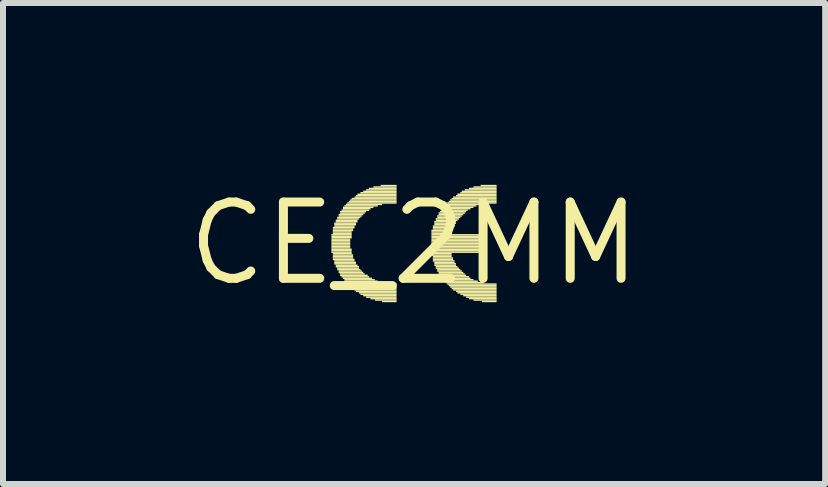
<source format=kicad_pcb>
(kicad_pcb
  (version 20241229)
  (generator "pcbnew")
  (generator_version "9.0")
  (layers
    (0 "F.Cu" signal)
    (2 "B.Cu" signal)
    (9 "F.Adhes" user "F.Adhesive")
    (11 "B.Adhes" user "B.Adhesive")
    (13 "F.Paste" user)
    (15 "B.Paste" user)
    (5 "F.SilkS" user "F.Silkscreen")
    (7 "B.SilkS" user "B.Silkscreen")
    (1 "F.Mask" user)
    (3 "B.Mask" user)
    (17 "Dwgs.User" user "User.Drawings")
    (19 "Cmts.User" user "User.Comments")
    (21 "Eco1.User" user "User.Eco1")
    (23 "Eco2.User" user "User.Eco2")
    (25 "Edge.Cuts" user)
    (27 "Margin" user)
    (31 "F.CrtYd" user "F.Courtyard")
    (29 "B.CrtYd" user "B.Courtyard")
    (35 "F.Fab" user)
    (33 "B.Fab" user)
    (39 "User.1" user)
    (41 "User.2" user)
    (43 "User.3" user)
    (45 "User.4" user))
  (footprint "CE_2MM"
    (layer "F.Cu")
    (at 3.848 1.006)
    (property "Reference" "CE_2MM" (at 0 0 0) (layer "F.SilkS") (effects (font (size 1.27 1.27) (thickness 0.15))))
    (attr through_hole)
    (fp_poly (pts (xy -1.378 -0.132) (xy -1.04 -0.132) (xy -1.04 -0.157) (xy -1.378 -0.157)) (stroke (width 0) (type solid)) (fill yes) (layer "F.SilkS"))
    (fp_poly (pts (xy -1.378 -0.108) (xy -1.04 -0.108) (xy -1.04 -0.132) (xy -1.378 -0.132)) (stroke (width 0) (type solid)) (fill yes) (layer "F.SilkS"))
    (fp_poly (pts (xy -1.378 -0.084) (xy -1.04 -0.084) (xy -1.04 -0.108) (xy -1.378 -0.108)) (stroke (width 0) (type solid)) (fill yes) (layer "F.SilkS"))
    (fp_poly (pts (xy -1.378 -0.06) (xy -1.064 -0.06) (xy -1.064 -0.084) (xy -1.378 -0.084)) (stroke (width 0) (type solid)) (fill yes) (layer "F.SilkS"))
    (fp_poly (pts (xy -1.378 -0.036) (xy -1.064 -0.036) (xy -1.064 -0.06) (xy -1.378 -0.06)) (stroke (width 0) (type solid)) (fill yes) (layer "F.SilkS"))
    (fp_poly (pts (xy -1.378 -0.012) (xy -1.064 -0.012) (xy -1.064 -0.036) (xy -1.378 -0.036)) (stroke (width 0) (type solid)) (fill yes) (layer "F.SilkS"))
    (fp_poly (pts (xy -1.378 0.012) (xy -1.064 0.012) (xy -1.064 -0.012) (xy -1.378 -0.012)) (stroke (width 0) (type solid)) (fill yes) (layer "F.SilkS"))
    (fp_poly (pts (xy -1.378 0.037) (xy -1.064 0.037) (xy -1.064 0.012) (xy -1.378 0.012)) (stroke (width 0) (type solid)) (fill yes) (layer "F.SilkS"))
    (fp_poly (pts (xy -1.378 0.061) (xy -1.064 0.061) (xy -1.064 0.037) (xy -1.378 0.037)) (stroke (width 0) (type solid)) (fill yes) (layer "F.SilkS"))
    (fp_poly (pts (xy -1.378 0.085) (xy -1.064 0.085) (xy -1.064 0.061) (xy -1.378 0.061)) (stroke (width 0) (type solid)) (fill yes) (layer "F.SilkS"))
    (fp_poly (pts (xy -1.378 0.109) (xy -1.04 0.109) (xy -1.04 0.085) (xy -1.378 0.085)) (stroke (width 0) (type solid)) (fill yes) (layer "F.SilkS"))
    (fp_poly (pts (xy -1.378 0.133) (xy -1.04 0.133) (xy -1.04 0.109) (xy -1.378 0.109)) (stroke (width 0) (type solid)) (fill yes) (layer "F.SilkS"))
    (fp_poly (pts (xy -1.378 0.157) (xy -1.04 0.157) (xy -1.04 0.133) (xy -1.378 0.133)) (stroke (width 0) (type solid)) (fill yes) (layer "F.SilkS"))
    (fp_poly (pts (xy -1.354 -0.253) (xy -0.992 -0.253) (xy -0.992 -0.277) (xy -1.354 -0.277)) (stroke (width 0) (type solid)) (fill yes) (layer "F.SilkS"))
    (fp_poly (pts (xy -1.354 -0.229) (xy -1.016 -0.229) (xy -1.016 -0.253) (xy -1.354 -0.253)) (stroke (width 0) (type solid)) (fill yes) (layer "F.SilkS"))
    (fp_poly (pts (xy -1.354 -0.205) (xy -1.016 -0.205) (xy -1.016 -0.229) (xy -1.354 -0.229)) (stroke (width 0) (type solid)) (fill yes) (layer "F.SilkS"))
    (fp_poly (pts (xy -1.354 -0.181) (xy -1.04 -0.181) (xy -1.04 -0.205) (xy -1.354 -0.205)) (stroke (width 0) (type solid)) (fill yes) (layer "F.SilkS"))
    (fp_poly (pts (xy -1.354 -0.157) (xy -1.04 -0.157) (xy -1.04 -0.181) (xy -1.354 -0.181)) (stroke (width 0) (type solid)) (fill yes) (layer "F.SilkS"))
    (fp_poly (pts (xy -1.354 0.181) (xy -1.04 0.181) (xy -1.04 0.157) (xy -1.354 0.157)) (stroke (width 0) (type solid)) (fill yes) (layer "F.SilkS"))
    (fp_poly (pts (xy -1.354 0.206) (xy -1.016 0.206) (xy -1.016 0.181) (xy -1.354 0.181)) (stroke (width 0) (type solid)) (fill yes) (layer "F.SilkS"))
    (fp_poly (pts (xy -1.354 0.23) (xy -1.016 0.23) (xy -1.016 0.206) (xy -1.354 0.206)) (stroke (width 0) (type solid)) (fill yes) (layer "F.SilkS"))
    (fp_poly (pts (xy -1.354 0.254) (xy -1.016 0.254) (xy -1.016 0.23) (xy -1.354 0.23)) (stroke (width 0) (type solid)) (fill yes) (layer "F.SilkS"))
    (fp_poly (pts (xy -1.354 0.278) (xy -0.992 0.278) (xy -0.992 0.254) (xy -1.354 0.254)) (stroke (width 0) (type solid)) (fill yes) (layer "F.SilkS"))
    (fp_poly (pts (xy -1.33 -0.326) (xy -0.968 -0.326) (xy -0.968 -0.35) (xy -1.33 -0.35)) (stroke (width 0) (type solid)) (fill yes) (layer "F.SilkS"))
    (fp_poly (pts (xy -1.33 -0.301) (xy -0.968 -0.301) (xy -0.968 -0.326) (xy -1.33 -0.326)) (stroke (width 0) (type solid)) (fill yes) (layer "F.SilkS"))
    (fp_poly (pts (xy -1.33 -0.277) (xy -0.992 -0.277) (xy -0.992 -0.301) (xy -1.33 -0.301)) (stroke (width 0) (type solid)) (fill yes) (layer "F.SilkS"))
    (fp_poly (pts (xy -1.33 0.302) (xy -0.992 0.302) (xy -0.992 0.278) (xy -1.33 0.278)) (stroke (width 0) (type solid)) (fill yes) (layer "F.SilkS"))
    (fp_poly (pts (xy -1.33 0.326) (xy -0.968 0.326) (xy -0.968 0.302) (xy -1.33 0.302)) (stroke (width 0) (type solid)) (fill yes) (layer "F.SilkS"))
    (fp_poly (pts (xy -1.33 0.35) (xy -0.968 0.35) (xy -0.968 0.326) (xy -1.33 0.326)) (stroke (width 0) (type solid)) (fill yes) (layer "F.SilkS"))
    (fp_poly (pts (xy -1.306 -0.374) (xy -0.943 -0.374) (xy -0.943 -0.398) (xy -1.306 -0.398)) (stroke (width 0) (type solid)) (fill yes) (layer "F.SilkS"))
    (fp_poly (pts (xy -1.306 -0.35) (xy -0.943 -0.35) (xy -0.943 -0.374) (xy -1.306 -0.374)) (stroke (width 0) (type solid)) (fill yes) (layer "F.SilkS"))
    (fp_poly (pts (xy -1.306 0.374) (xy -0.943 0.374) (xy -0.943 0.35) (xy -1.306 0.35)) (stroke (width 0) (type solid)) (fill yes) (layer "F.SilkS"))
    (fp_poly (pts (xy -1.306 0.399) (xy -0.919 0.399) (xy -0.919 0.374) (xy -1.306 0.374)) (stroke (width 0) (type solid)) (fill yes) (layer "F.SilkS"))
    (fp_poly (pts (xy -1.281 -0.422) (xy -0.895 -0.422) (xy -0.895 -0.446) (xy -1.281 -0.446)) (stroke (width 0) (type solid)) (fill yes) (layer "F.SilkS"))
    (fp_poly (pts (xy -1.281 -0.398) (xy -0.919 -0.398) (xy -0.919 -0.422) (xy -1.281 -0.422)) (stroke (width 0) (type solid)) (fill yes) (layer "F.SilkS"))
    (fp_poly (pts (xy -1.281 0.423) (xy -0.919 0.423) (xy -0.919 0.399) (xy -1.281 0.399)) (stroke (width 0) (type solid)) (fill yes) (layer "F.SilkS"))
    (fp_poly (pts (xy -1.281 0.447) (xy -0.895 0.447) (xy -0.895 0.423) (xy -1.281 0.423)) (stroke (width 0) (type solid)) (fill yes) (layer "F.SilkS"))
    (fp_poly (pts (xy -1.257 -0.47) (xy -0.847 -0.47) (xy -0.847 -0.494) (xy -1.257 -0.494)) (stroke (width 0) (type solid)) (fill yes) (layer "F.SilkS"))
    (fp_poly (pts (xy -1.257 -0.446) (xy -0.871 -0.446) (xy -0.871 -0.47) (xy -1.257 -0.47)) (stroke (width 0) (type solid)) (fill yes) (layer "F.SilkS"))
    (fp_poly (pts (xy -1.257 0.471) (xy -0.871 0.471) (xy -0.871 0.447) (xy -1.257 0.447)) (stroke (width 0) (type solid)) (fill yes) (layer "F.SilkS"))
    (fp_poly (pts (xy -1.257 0.495) (xy -0.847 0.495) (xy -0.847 0.471) (xy -1.257 0.471)) (stroke (width 0) (type solid)) (fill yes) (layer "F.SilkS"))
    (fp_poly (pts (xy -1.233 -0.519) (xy -0.799 -0.519) (xy -0.799 -0.543) (xy -1.233 -0.543)) (stroke (width 0) (type solid)) (fill yes) (layer "F.SilkS"))
    (fp_poly (pts (xy -1.233 -0.494) (xy -0.823 -0.494) (xy -0.823 -0.519) (xy -1.233 -0.519)) (stroke (width 0) (type solid)) (fill yes) (layer "F.SilkS"))
    (fp_poly (pts (xy -1.233 0.519) (xy -0.823 0.519) (xy -0.823 0.495) (xy -1.233 0.495)) (stroke (width 0) (type solid)) (fill yes) (layer "F.SilkS"))
    (fp_poly (pts (xy -1.233 0.543) (xy -0.774 0.543) (xy -0.774 0.519) (xy -1.233 0.519)) (stroke (width 0) (type solid)) (fill yes) (layer "F.SilkS"))
    (fp_poly (pts (xy -1.209 -0.543) (xy -0.75 -0.543) (xy -0.75 -0.567) (xy -1.209 -0.567)) (stroke (width 0) (type solid)) (fill yes) (layer "F.SilkS"))
    (fp_poly (pts (xy -1.209 0.568) (xy -0.75 0.568) (xy -0.75 0.543) (xy -1.209 0.543)) (stroke (width 0) (type solid)) (fill yes) (layer "F.SilkS"))
    (fp_poly (pts (xy -1.185 -0.591) (xy -0.678 -0.591) (xy -0.678 -0.615) (xy -1.185 -0.615)) (stroke (width 0) (type solid)) (fill yes) (layer "F.SilkS"))
    (fp_poly (pts (xy -1.185 -0.567) (xy -0.726 -0.567) (xy -0.726 -0.591) (xy -1.185 -0.591)) (stroke (width 0) (type solid)) (fill yes) (layer "F.SilkS"))
    (fp_poly (pts (xy -1.185 0.592) (xy -0.702 0.592) (xy -0.702 0.568) (xy -1.185 0.568)) (stroke (width 0) (type solid)) (fill yes) (layer "F.SilkS"))
    (fp_poly (pts (xy -1.161 -0.615) (xy -0.606 -0.615) (xy -0.606 -0.639) (xy -1.161 -0.639)) (stroke (width 0) (type solid)) (fill yes) (layer "F.SilkS"))
    (fp_poly (pts (xy -1.161 0.616) (xy -0.654 0.616) (xy -0.654 0.592) (xy -1.161 0.592)) (stroke (width 0) (type solid)) (fill yes) (layer "F.SilkS"))
    (fp_poly (pts (xy -1.161 0.64) (xy -0.606 0.64) (xy -0.606 0.616) (xy -1.161 0.616)) (stroke (width 0) (type solid)) (fill yes) (layer "F.SilkS"))
    (fp_poly (pts (xy -1.137 -0.639) (xy -0.533 -0.639) (xy -0.533 -0.663) (xy -1.137 -0.663)) (stroke (width 0) (type solid)) (fill yes) (layer "F.SilkS"))
    (fp_poly (pts (xy -1.137 0.664) (xy -0.509 0.664) (xy -0.509 0.64) (xy -1.137 0.64)) (stroke (width 0) (type solid)) (fill yes) (layer "F.SilkS"))
    (fp_poly (pts (xy -1.112 -0.663) (xy -0.292 -0.663) (xy -0.292 -0.688) (xy -1.112 -0.688)) (stroke (width 0) (type solid)) (fill yes) (layer "F.SilkS"))
    (fp_poly (pts (xy -1.112 0.688) (xy -0.292 0.688) (xy -0.292 0.664) (xy -1.112 0.664)) (stroke (width 0) (type solid)) (fill yes) (layer "F.SilkS"))
    (fp_poly (pts (xy -1.088 -0.688) (xy -0.292 -0.688) (xy -0.292 -0.712) (xy -1.088 -0.712)) (stroke (width 0) (type solid)) (fill yes) (layer "F.SilkS"))
    (fp_poly (pts (xy -1.088 0.712) (xy -0.292 0.712) (xy -0.292 0.688) (xy -1.088 0.688)) (stroke (width 0) (type solid)) (fill yes) (layer "F.SilkS"))
    (fp_poly (pts (xy -1.064 -0.712) (xy -0.292 -0.712) (xy -0.292 -0.736) (xy -1.064 -0.736)) (stroke (width 0) (type solid)) (fill yes) (layer "F.SilkS"))
    (fp_poly (pts (xy -1.064 0.737) (xy -0.292 0.737) (xy -0.292 0.712) (xy -1.064 0.712)) (stroke (width 0) (type solid)) (fill yes) (layer "F.SilkS"))
    (fp_poly (pts (xy -1.04 -0.736) (xy -0.292 -0.736) (xy -0.292 -0.76) (xy -1.04 -0.76)) (stroke (width 0) (type solid)) (fill yes) (layer "F.SilkS"))
    (fp_poly (pts (xy -1.016 0.761) (xy -0.292 0.761) (xy -0.292 0.737) (xy -1.016 0.737)) (stroke (width 0) (type solid)) (fill yes) (layer "F.SilkS"))
    (fp_poly (pts (xy -0.992 -0.76) (xy -0.292 -0.76) (xy -0.292 -0.784) (xy -0.992 -0.784)) (stroke (width 0) (type solid)) (fill yes) (layer "F.SilkS"))
    (fp_poly (pts (xy -0.992 0.785) (xy -0.292 0.785) (xy -0.292 0.761) (xy -0.992 0.761)) (stroke (width 0) (type solid)) (fill yes) (layer "F.SilkS"))
    (fp_poly (pts (xy -0.968 -0.784) (xy -0.292 -0.784) (xy -0.292 -0.808) (xy -0.968 -0.808)) (stroke (width 0) (type solid)) (fill yes) (layer "F.SilkS"))
    (fp_poly (pts (xy -0.968 0.809) (xy -0.292 0.809) (xy -0.292 0.785) (xy -0.968 0.785)) (stroke (width 0) (type solid)) (fill yes) (layer "F.SilkS"))
    (fp_poly (pts (xy -0.943 -0.808) (xy -0.292 -0.808) (xy -0.292 -0.832) (xy -0.943 -0.832)) (stroke (width 0) (type solid)) (fill yes) (layer "F.SilkS"))
    (fp_poly (pts (xy -0.919 0.833) (xy -0.292 0.833) (xy -0.292 0.809) (xy -0.919 0.809)) (stroke (width 0) (type solid)) (fill yes) (layer "F.SilkS"))
    (fp_poly (pts (xy -0.895 -0.832) (xy -0.292 -0.832) (xy -0.292 -0.857) (xy -0.895 -0.857)) (stroke (width 0) (type solid)) (fill yes) (layer "F.SilkS"))
    (fp_poly (pts (xy -0.895 0.857) (xy -0.292 0.857) (xy -0.292 0.833) (xy -0.895 0.833)) (stroke (width 0) (type solid)) (fill yes) (layer "F.SilkS"))
    (fp_poly (pts (xy -0.847 -0.857) (xy -0.292 -0.857) (xy -0.292 -0.881) (xy -0.847 -0.881)) (stroke (width 0) (type solid)) (fill yes) (layer "F.SilkS"))
    (fp_poly (pts (xy -0.847 0.881) (xy -0.292 0.881) (xy -0.292 0.857) (xy -0.847 0.857)) (stroke (width 0) (type solid)) (fill yes) (layer "F.SilkS"))
    (fp_poly (pts (xy -0.799 -0.881) (xy -0.292 -0.881) (xy -0.292 -0.905) (xy -0.799 -0.905)) (stroke (width 0) (type solid)) (fill yes) (layer "F.SilkS"))
    (fp_poly (pts (xy -0.799 0.906) (xy -0.292 0.906) (xy -0.292 0.881) (xy -0.799 0.881)) (stroke (width 0) (type solid)) (fill yes) (layer "F.SilkS"))
    (fp_poly (pts (xy -0.75 -0.905) (xy -0.292 -0.905) (xy -0.292 -0.929) (xy -0.75 -0.929)) (stroke (width 0) (type solid)) (fill yes) (layer "F.SilkS"))
    (fp_poly (pts (xy -0.726 0.93) (xy -0.292 0.93) (xy -0.292 0.906) (xy -0.726 0.906)) (stroke (width 0) (type solid)) (fill yes) (layer "F.SilkS"))
    (fp_poly (pts (xy -0.678 -0.929) (xy -0.292 -0.929) (xy -0.292 -0.953) (xy -0.678 -0.953)) (stroke (width 0) (type solid)) (fill yes) (layer "F.SilkS"))
    (fp_poly (pts (xy -0.654 0.954) (xy -0.292 0.954) (xy -0.292 0.93) (xy -0.654 0.93)) (stroke (width 0) (type solid)) (fill yes) (layer "F.SilkS"))
    (fp_poly (pts (xy -0.557 -0.953) (xy -0.292 -0.953) (xy -0.292 -0.977) (xy -0.557 -0.977)) (stroke (width 0) (type solid)) (fill yes) (layer "F.SilkS"))
    (fp_poly (pts (xy -0.533 0.978) (xy -0.292 0.978) (xy -0.292 0.954) (xy -0.533 0.954)) (stroke (width 0) (type solid)) (fill yes) (layer "F.SilkS"))
    (fp_poly (pts (xy 0.288 -0.205) (xy 0.625 -0.205) (xy 0.625 -0.229) (xy 0.288 -0.229)) (stroke (width 0) (type solid)) (fill yes) (layer "F.SilkS"))
    (fp_poly (pts (xy 0.288 -0.181) (xy 0.625 -0.181) (xy 0.625 -0.205) (xy 0.288 -0.205)) (stroke (width 0) (type solid)) (fill yes) (layer "F.SilkS"))
    (fp_poly (pts (xy 0.288 -0.157) (xy 0.625 -0.157) (xy 0.625 -0.181) (xy 0.288 -0.181)) (stroke (width 0) (type solid)) (fill yes) (layer "F.SilkS"))
    (fp_poly (pts (xy 0.288 -0.132) (xy 1.181 -0.132) (xy 1.181 -0.157) (xy 0.288 -0.157)) (stroke (width 0) (type solid)) (fill yes) (layer "F.SilkS"))
    (fp_poly (pts (xy 0.288 -0.108) (xy 1.181 -0.108) (xy 1.181 -0.132) (xy 0.288 -0.132)) (stroke (width 0) (type solid)) (fill yes) (layer "F.SilkS"))
    (fp_poly (pts (xy 0.288 -0.084) (xy 1.181 -0.084) (xy 1.181 -0.108) (xy 0.288 -0.108)) (stroke (width 0) (type solid)) (fill yes) (layer "F.SilkS"))
    (fp_poly (pts (xy 0.288 -0.06) (xy 1.181 -0.06) (xy 1.181 -0.084) (xy 0.288 -0.084)) (stroke (width 0) (type solid)) (fill yes) (layer "F.SilkS"))
    (fp_poly (pts (xy 0.288 -0.036) (xy 1.181 -0.036) (xy 1.181 -0.06) (xy 0.288 -0.06)) (stroke (width 0) (type solid)) (fill yes) (layer "F.SilkS"))
    (fp_poly (pts (xy 0.288 -0.012) (xy 1.181 -0.012) (xy 1.181 -0.036) (xy 0.288 -0.036)) (stroke (width 0) (type solid)) (fill yes) (layer "F.SilkS"))
    (fp_poly (pts (xy 0.288 0.012) (xy 1.181 0.012) (xy 1.181 -0.012) (xy 0.288 -0.012)) (stroke (width 0) (type solid)) (fill yes) (layer "F.SilkS"))
    (fp_poly (pts (xy 0.288 0.037) (xy 1.181 0.037) (xy 1.181 0.012) (xy 0.288 0.012)) (stroke (width 0) (type solid)) (fill yes) (layer "F.SilkS"))
    (fp_poly (pts (xy 0.288 0.061) (xy 1.181 0.061) (xy 1.181 0.037) (xy 0.288 0.037)) (stroke (width 0) (type solid)) (fill yes) (layer "F.SilkS"))
    (fp_poly (pts (xy 0.288 0.085) (xy 1.181 0.085) (xy 1.181 0.061) (xy 0.288 0.061)) (stroke (width 0) (type solid)) (fill yes) (layer "F.SilkS"))
    (fp_poly (pts (xy 0.288 0.109) (xy 1.181 0.109) (xy 1.181 0.085) (xy 0.288 0.085)) (stroke (width 0) (type solid)) (fill yes) (layer "F.SilkS"))
    (fp_poly (pts (xy 0.288 0.133) (xy 1.181 0.133) (xy 1.181 0.109) (xy 0.288 0.109)) (stroke (width 0) (type solid)) (fill yes) (layer "F.SilkS"))
    (fp_poly (pts (xy 0.288 0.157) (xy 1.181 0.157) (xy 1.181 0.133) (xy 0.288 0.133)) (stroke (width 0) (type solid)) (fill yes) (layer "F.SilkS"))
    (fp_poly (pts (xy 0.288 0.181) (xy 0.625 0.181) (xy 0.625 0.157) (xy 0.288 0.157)) (stroke (width 0) (type solid)) (fill yes) (layer "F.SilkS"))
    (fp_poly (pts (xy 0.288 0.206) (xy 0.625 0.206) (xy 0.625 0.181) (xy 0.288 0.181)) (stroke (width 0) (type solid)) (fill yes) (layer "F.SilkS"))
    (fp_poly (pts (xy 0.312 -0.277) (xy 0.674 -0.277) (xy 0.674 -0.301) (xy 0.312 -0.301)) (stroke (width 0) (type solid)) (fill yes) (layer "F.SilkS"))
    (fp_poly (pts (xy 0.312 -0.253) (xy 0.65 -0.253) (xy 0.65 -0.277) (xy 0.312 -0.277)) (stroke (width 0) (type solid)) (fill yes) (layer "F.SilkS"))
    (fp_poly (pts (xy 0.312 -0.229) (xy 0.65 -0.229) (xy 0.65 -0.253) (xy 0.312 -0.253)) (stroke (width 0) (type solid)) (fill yes) (layer "F.SilkS"))
    (fp_poly (pts (xy 0.312 0.23) (xy 0.625 0.23) (xy 0.625 0.206) (xy 0.312 0.206)) (stroke (width 0) (type solid)) (fill yes) (layer "F.SilkS"))
    (fp_poly (pts (xy 0.312 0.254) (xy 0.65 0.254) (xy 0.65 0.23) (xy 0.312 0.23)) (stroke (width 0) (type solid)) (fill yes) (layer "F.SilkS"))
    (fp_poly (pts (xy 0.312 0.278) (xy 0.65 0.278) (xy 0.65 0.254) (xy 0.312 0.254)) (stroke (width 0) (type solid)) (fill yes) (layer "F.SilkS"))
    (fp_poly (pts (xy 0.312 0.302) (xy 0.674 0.302) (xy 0.674 0.278) (xy 0.312 0.278)) (stroke (width 0) (type solid)) (fill yes) (layer "F.SilkS"))
    (fp_poly (pts (xy 0.336 -0.35) (xy 0.698 -0.35) (xy 0.698 -0.374) (xy 0.336 -0.374)) (stroke (width 0) (type solid)) (fill yes) (layer "F.SilkS"))
    (fp_poly (pts (xy 0.336 -0.326) (xy 0.698 -0.326) (xy 0.698 -0.35) (xy 0.336 -0.35)) (stroke (width 0) (type solid)) (fill yes) (layer "F.SilkS"))
    (fp_poly (pts (xy 0.336 -0.301) (xy 0.674 -0.301) (xy 0.674 -0.326) (xy 0.336 -0.326)) (stroke (width 0) (type solid)) (fill yes) (layer "F.SilkS"))
    (fp_poly (pts (xy 0.336 0.326) (xy 0.674 0.326) (xy 0.674 0.302) (xy 0.336 0.302)) (stroke (width 0) (type solid)) (fill yes) (layer "F.SilkS"))
    (fp_poly (pts (xy 0.336 0.35) (xy 0.698 0.35) (xy 0.698 0.326) (xy 0.336 0.326)) (stroke (width 0) (type solid)) (fill yes) (layer "F.SilkS"))
    (fp_poly (pts (xy 0.336 0.374) (xy 0.698 0.374) (xy 0.698 0.35) (xy 0.336 0.35)) (stroke (width 0) (type solid)) (fill yes) (layer "F.SilkS"))
    (fp_poly (pts (xy 0.36 -0.398) (xy 0.746 -0.398) (xy 0.746 -0.422) (xy 0.36 -0.422)) (stroke (width 0) (type solid)) (fill yes) (layer "F.SilkS"))
    (fp_poly (pts (xy 0.36 -0.374) (xy 0.722 -0.374) (xy 0.722 -0.398) (xy 0.36 -0.398)) (stroke (width 0) (type solid)) (fill yes) (layer "F.SilkS"))
    (fp_poly (pts (xy 0.36 0.399) (xy 0.722 0.399) (xy 0.722 0.374) (xy 0.36 0.374)) (stroke (width 0) (type solid)) (fill yes) (layer "F.SilkS"))
    (fp_poly (pts (xy 0.36 0.423) (xy 0.746 0.423) (xy 0.746 0.399) (xy 0.36 0.399)) (stroke (width 0) (type solid)) (fill yes) (layer "F.SilkS"))
    (fp_poly (pts (xy 0.384 -0.446) (xy 0.794 -0.446) (xy 0.794 -0.47) (xy 0.384 -0.47)) (stroke (width 0) (type solid)) (fill yes) (layer "F.SilkS"))
    (fp_poly (pts (xy 0.384 -0.422) (xy 0.77 -0.422) (xy 0.77 -0.446) (xy 0.384 -0.446)) (stroke (width 0) (type solid)) (fill yes) (layer "F.SilkS"))
    (fp_poly (pts (xy 0.384 0.447) (xy 0.77 0.447) (xy 0.77 0.423) (xy 0.384 0.423)) (stroke (width 0) (type solid)) (fill yes) (layer "F.SilkS"))
    (fp_poly (pts (xy 0.384 0.471) (xy 0.794 0.471) (xy 0.794 0.447) (xy 0.384 0.447)) (stroke (width 0) (type solid)) (fill yes) (layer "F.SilkS"))
    (fp_poly (pts (xy 0.408 -0.494) (xy 0.843 -0.494) (xy 0.843 -0.519) (xy 0.408 -0.519)) (stroke (width 0) (type solid)) (fill yes) (layer "F.SilkS"))
    (fp_poly (pts (xy 0.408 -0.47) (xy 0.819 -0.47) (xy 0.819 -0.494) (xy 0.408 -0.494)) (stroke (width 0) (type solid)) (fill yes) (layer "F.SilkS"))
    (fp_poly (pts (xy 0.408 0.495) (xy 0.819 0.495) (xy 0.819 0.471) (xy 0.408 0.471)) (stroke (width 0) (type solid)) (fill yes) (layer "F.SilkS"))
    (fp_poly (pts (xy 0.408 0.519) (xy 0.843 0.519) (xy 0.843 0.495) (xy 0.408 0.495)) (stroke (width 0) (type solid)) (fill yes) (layer "F.SilkS"))
    (fp_poly (pts (xy 0.432 -0.519) (xy 0.867 -0.519) (xy 0.867 -0.543) (xy 0.432 -0.543)) (stroke (width 0) (type solid)) (fill yes) (layer "F.SilkS"))
    (fp_poly (pts (xy 0.432 0.543) (xy 0.867 0.543) (xy 0.867 0.519) (xy 0.432 0.519)) (stroke (width 0) (type solid)) (fill yes) (layer "F.SilkS"))
    (fp_poly (pts (xy 0.457 -0.567) (xy 0.939 -0.567) (xy 0.939 -0.591) (xy 0.457 -0.591)) (stroke (width 0) (type solid)) (fill yes) (layer "F.SilkS"))
    (fp_poly (pts (xy 0.457 -0.543) (xy 0.891 -0.543) (xy 0.891 -0.567) (xy 0.457 -0.567)) (stroke (width 0) (type solid)) (fill yes) (layer "F.SilkS"))
    (fp_poly (pts (xy 0.457 0.568) (xy 0.915 0.568) (xy 0.915 0.543) (xy 0.457 0.543)) (stroke (width 0) (type solid)) (fill yes) (layer "F.SilkS"))
    (fp_poly (pts (xy 0.457 0.592) (xy 0.939 0.592) (xy 0.939 0.568) (xy 0.457 0.568)) (stroke (width 0) (type solid)) (fill yes) (layer "F.SilkS"))
    (fp_poly (pts (xy 0.481 -0.591) (xy 0.988 -0.591) (xy 0.988 -0.615) (xy 0.481 -0.615)) (stroke (width 0) (type solid)) (fill yes) (layer "F.SilkS"))
    (fp_poly (pts (xy 0.481 0.616) (xy 0.988 0.616) (xy 0.988 0.592) (xy 0.481 0.592)) (stroke (width 0) (type solid)) (fill yes) (layer "F.SilkS"))
    (fp_poly (pts (xy 0.505 -0.615) (xy 1.036 -0.615) (xy 1.036 -0.639) (xy 0.505 -0.639)) (stroke (width 0) (type solid)) (fill yes) (layer "F.SilkS"))
    (fp_poly (pts (xy 0.505 0.64) (xy 1.06 0.64) (xy 1.06 0.616) (xy 0.505 0.616)) (stroke (width 0) (type solid)) (fill yes) (layer "F.SilkS"))
    (fp_poly (pts (xy 0.529 -0.639) (xy 1.132 -0.639) (xy 1.132 -0.663) (xy 0.529 -0.663)) (stroke (width 0) (type solid)) (fill yes) (layer "F.SilkS"))
    (fp_poly (pts (xy 0.529 0.664) (xy 1.157 0.664) (xy 1.157 0.64) (xy 0.529 0.64)) (stroke (width 0) (type solid)) (fill yes) (layer "F.SilkS"))
    (fp_poly (pts (xy 0.553 -0.663) (xy 1.374 -0.663) (xy 1.374 -0.688) (xy 0.553 -0.688)) (stroke (width 0) (type solid)) (fill yes) (layer "F.SilkS"))
    (fp_poly (pts (xy 0.553 0.688) (xy 1.374 0.688) (xy 1.374 0.664) (xy 0.553 0.664)) (stroke (width 0) (type solid)) (fill yes) (layer "F.SilkS"))
    (fp_poly (pts (xy 0.577 -0.688) (xy 1.374 -0.688) (xy 1.374 -0.712) (xy 0.577 -0.712)) (stroke (width 0) (type solid)) (fill yes) (layer "F.SilkS"))
    (fp_poly (pts (xy 0.577 0.712) (xy 1.374 0.712) (xy 1.374 0.688) (xy 0.577 0.688)) (stroke (width 0) (type solid)) (fill yes) (layer "F.SilkS"))
    (fp_poly (pts (xy 0.601 -0.712) (xy 1.374 -0.712) (xy 1.374 -0.736) (xy 0.601 -0.736)) (stroke (width 0) (type solid)) (fill yes) (layer "F.SilkS"))
    (fp_poly (pts (xy 0.601 0.737) (xy 1.374 0.737) (xy 1.374 0.712) (xy 0.601 0.712)) (stroke (width 0) (type solid)) (fill yes) (layer "F.SilkS"))
    (fp_poly (pts (xy 0.625 -0.736) (xy 1.374 -0.736) (xy 1.374 -0.76) (xy 0.625 -0.76)) (stroke (width 0) (type solid)) (fill yes) (layer "F.SilkS"))
    (fp_poly (pts (xy 0.625 0.761) (xy 1.374 0.761) (xy 1.374 0.737) (xy 0.625 0.737)) (stroke (width 0) (type solid)) (fill yes) (layer "F.SilkS"))
    (fp_poly (pts (xy 0.65 -0.76) (xy 1.374 -0.76) (xy 1.374 -0.784) (xy 0.65 -0.784)) (stroke (width 0) (type solid)) (fill yes) (layer "F.SilkS"))
    (fp_poly (pts (xy 0.65 0.785) (xy 1.374 0.785) (xy 1.374 0.761) (xy 0.65 0.761)) (stroke (width 0) (type solid)) (fill yes) (layer "F.SilkS"))
    (fp_poly (pts (xy 0.698 -0.784) (xy 1.374 -0.784) (xy 1.374 -0.808) (xy 0.698 -0.808)) (stroke (width 0) (type solid)) (fill yes) (layer "F.SilkS"))
    (fp_poly (pts (xy 0.698 0.809) (xy 1.374 0.809) (xy 1.374 0.785) (xy 0.698 0.785)) (stroke (width 0) (type solid)) (fill yes) (layer "F.SilkS"))
    (fp_poly (pts (xy 0.722 -0.808) (xy 1.374 -0.808) (xy 1.374 -0.832) (xy 0.722 -0.832)) (stroke (width 0) (type solid)) (fill yes) (layer "F.SilkS"))
    (fp_poly (pts (xy 0.722 0.833) (xy 1.374 0.833) (xy 1.374 0.809) (xy 0.722 0.809)) (stroke (width 0) (type solid)) (fill yes) (layer "F.SilkS"))
    (fp_poly (pts (xy 0.77 -0.832) (xy 1.374 -0.832) (xy 1.374 -0.857) (xy 0.77 -0.857)) (stroke (width 0) (type solid)) (fill yes) (layer "F.SilkS"))
    (fp_poly (pts (xy 0.77 0.857) (xy 1.374 0.857) (xy 1.374 0.833) (xy 0.77 0.833)) (stroke (width 0) (type solid)) (fill yes) (layer "F.SilkS"))
    (fp_poly (pts (xy 0.794 -0.857) (xy 1.374 -0.857) (xy 1.374 -0.881) (xy 0.794 -0.881)) (stroke (width 0) (type solid)) (fill yes) (layer "F.SilkS"))
    (fp_poly (pts (xy 0.819 0.881) (xy 1.374 0.881) (xy 1.374 0.857) (xy 0.819 0.857)) (stroke (width 0) (type solid)) (fill yes) (layer "F.SilkS"))
    (fp_poly (pts (xy 0.843 -0.881) (xy 1.374 -0.881) (xy 1.374 -0.905) (xy 0.843 -0.905)) (stroke (width 0) (type solid)) (fill yes) (layer "F.SilkS"))
    (fp_poly (pts (xy 0.867 0.906) (xy 1.374 0.906) (xy 1.374 0.881) (xy 0.867 0.881)) (stroke (width 0) (type solid)) (fill yes) (layer "F.SilkS"))
    (fp_poly (pts (xy 0.915 -0.905) (xy 1.374 -0.905) (xy 1.374 -0.929) (xy 0.915 -0.929)) (stroke (width 0) (type solid)) (fill yes) (layer "F.SilkS"))
    (fp_poly (pts (xy 0.915 0.93) (xy 1.374 0.93) (xy 1.374 0.906) (xy 0.915 0.906)) (stroke (width 0) (type solid)) (fill yes) (layer "F.SilkS"))
    (fp_poly (pts (xy 0.988 -0.929) (xy 1.374 -0.929) (xy 1.374 -0.953) (xy 0.988 -0.953)) (stroke (width 0) (type solid)) (fill yes) (layer "F.SilkS"))
    (fp_poly (pts (xy 0.988 0.954) (xy 1.374 0.954) (xy 1.374 0.93) (xy 0.988 0.93)) (stroke (width 0) (type solid)) (fill yes) (layer "F.SilkS"))
    (fp_poly (pts (xy 1.108 -0.953) (xy 1.374 -0.953) (xy 1.374 -0.977) (xy 1.108 -0.977)) (stroke (width 0) (type solid)) (fill yes) (layer "F.SilkS"))
    (fp_poly (pts (xy 1.132 0.978) (xy 1.374 0.978) (xy 1.374 0.954) (xy 1.132 0.954)) (stroke (width 0) (type solid)) (fill yes) (layer "F.SilkS")))
  (gr_rect
    (start -3 -3)
    (end 10.695 5.012)
    (stroke (width 0.1) (type default))
    (fill no)
    (layer "Edge.Cuts")))
</source>
